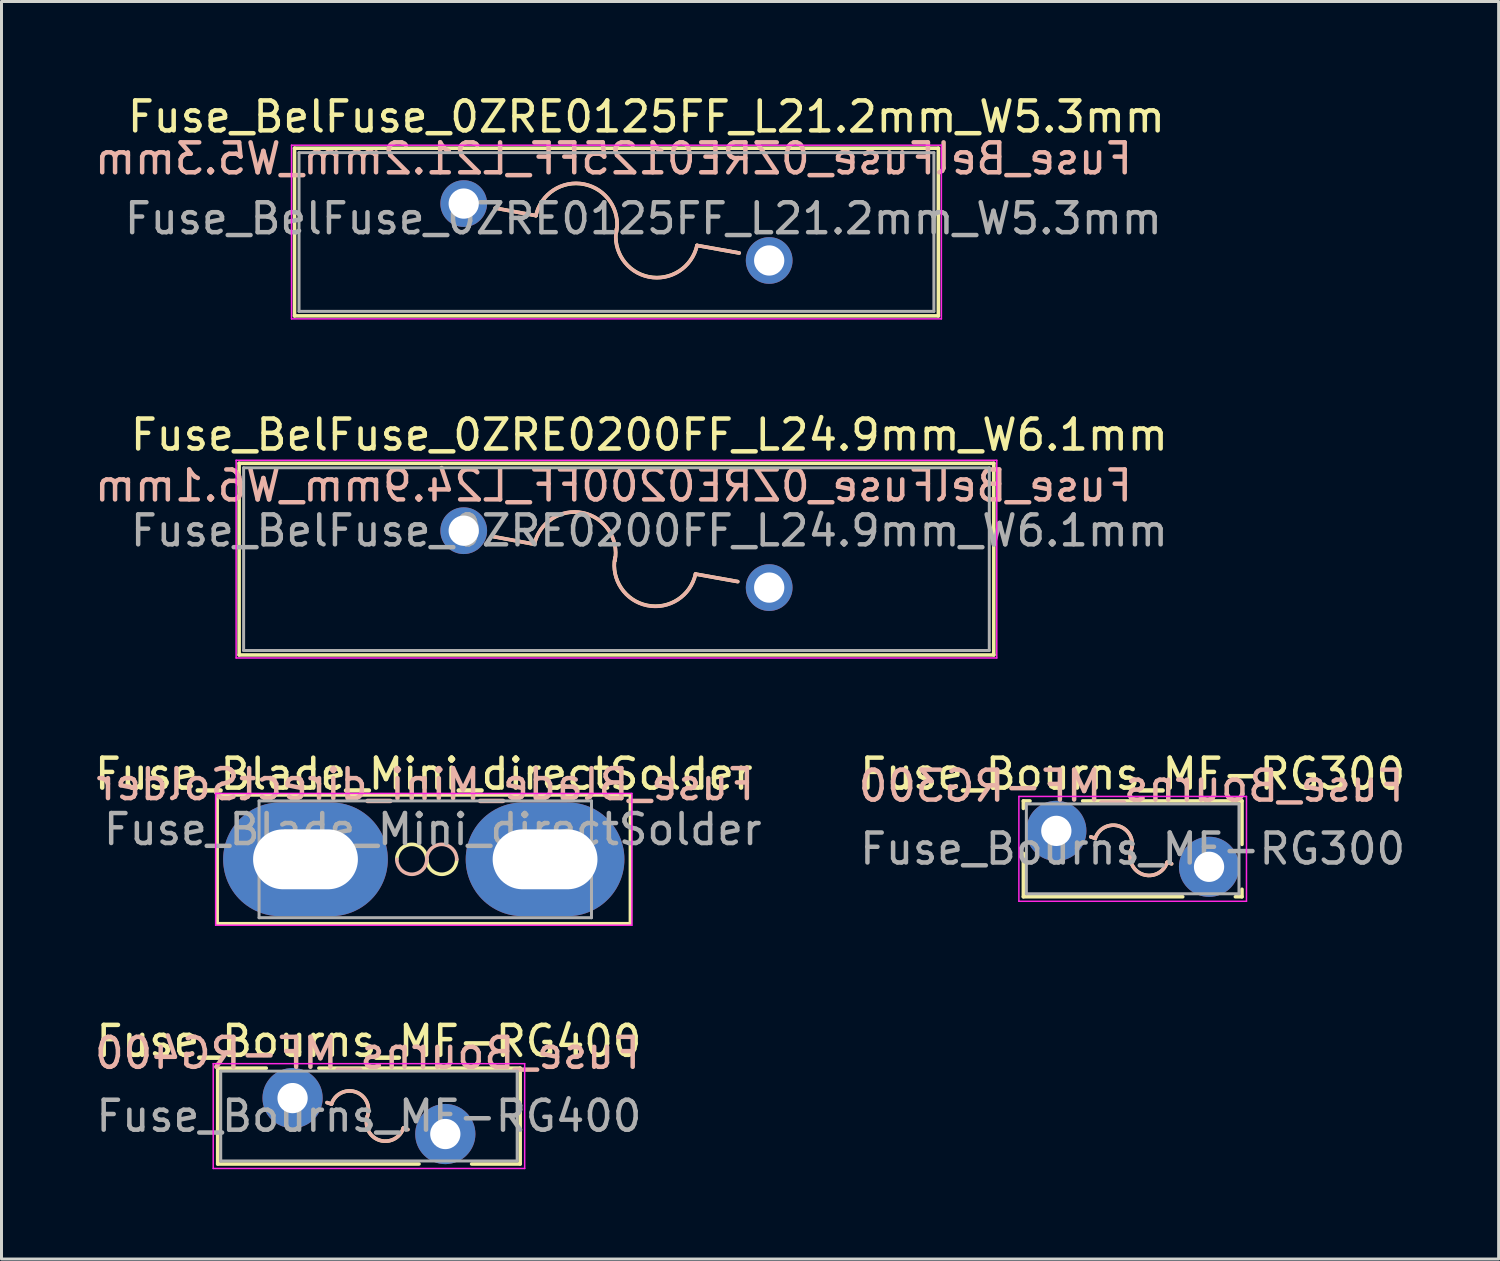
<source format=kicad_pcb>
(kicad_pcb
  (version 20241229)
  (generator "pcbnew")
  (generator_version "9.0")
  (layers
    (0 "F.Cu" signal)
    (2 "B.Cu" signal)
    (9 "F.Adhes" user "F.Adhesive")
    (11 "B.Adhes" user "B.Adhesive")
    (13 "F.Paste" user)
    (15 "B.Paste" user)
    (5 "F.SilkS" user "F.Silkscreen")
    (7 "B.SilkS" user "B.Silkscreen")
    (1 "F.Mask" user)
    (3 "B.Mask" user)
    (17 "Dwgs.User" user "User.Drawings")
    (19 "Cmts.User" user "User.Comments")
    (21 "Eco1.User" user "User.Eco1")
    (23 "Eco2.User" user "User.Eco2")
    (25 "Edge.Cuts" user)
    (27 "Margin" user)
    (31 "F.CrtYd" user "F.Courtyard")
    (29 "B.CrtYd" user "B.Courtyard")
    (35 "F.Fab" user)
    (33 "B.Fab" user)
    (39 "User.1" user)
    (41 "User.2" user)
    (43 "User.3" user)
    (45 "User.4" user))
  (footprint "Fuse_Bourns_MF-RG300"
    (layer "F.Cu")
    (at 32.223 24.695)
    (property "Reference" "Fuse_Bourns_MF-RG300" (at 2.55 -1.9 0) (layer "F.SilkS") (effects (font (size 1 1) (thickness 0.15))))
    (fp_line (start -1.1 -1) (end -1.1 -0.75) (stroke (width 0.12) (type solid)) (layer "F.SilkS"))
    (fp_line (start -1.1 -1) (end -0.879 -1) (stroke (width 0.12) (type solid)) (layer "F.SilkS"))
    (fp_line (start -1.1 0.75) (end -1.1 2.2) (stroke (width 0.12) (type solid)) (layer "F.SilkS"))
    (fp_line (start -1.1 2.2) (end 4.222 2.2) (stroke (width 0.12) (type solid)) (layer "F.SilkS"))
    (fp_line (start 0.879 -1) (end 6.2 -1) (stroke (width 0.12) (type solid)) (layer "F.SilkS"))
    (fp_line (start 1.15 0.2) (end 1.3 0.25) (stroke (width 0.12) (type solid)) (layer "F.SilkS"))
    (fp_line (start 3.7 1.05) (end 3.85 1.1) (stroke (width 0.12) (type solid)) (layer "F.SilkS"))
    (fp_line (start 5.979 2.2) (end 6.2 2.2) (stroke (width 0.12) (type solid)) (layer "F.SilkS"))
    (fp_line (start 6.2 -1) (end 6.2 0.451) (stroke (width 0.12) (type solid)) (layer "F.SilkS"))
    (fp_line (start 6.2 1.95) (end 6.2 2.2) (stroke (width 0.12) (type solid)) (layer "F.SilkS"))
    (fp_arc (start 1.300003 0.250002) (mid 2.100001 -0.149998) (end 2.500001 0.65) (stroke (width 0.12) (type solid)) (layer "F.SilkS"))
    (fp_arc (start 3.699999 1.049998) (mid 2.900001 1.449998) (end 2.500001 0.65) (stroke (width 0.12) (type solid)) (layer "F.SilkS"))
    (fp_line (start 1.15 0.2) (end 1.3 0.25) (stroke (width 0.12) (type solid)) (layer "B.SilkS"))
    (fp_line (start 3.7 1.05) (end 3.85 1.1) (stroke (width 0.12) (type solid)) (layer "B.SilkS"))
    (fp_arc (start 1.300003 0.250002) (mid 2.100001 -0.149998) (end 2.500001 0.65) (stroke (width 0.12) (type solid)) (layer "B.SilkS"))
    (fp_arc (start 3.699999 1.049998) (mid 2.900001 1.449998) (end 2.500001 0.65) (stroke (width 0.12) (type solid)) (layer "B.SilkS"))
    (fp_line (start -1.25 -1.15) (end -1.25 2.35) (stroke (width 0.05) (type solid)) (layer "F.CrtYd"))
    (fp_line (start -1.25 2.35) (end 6.35 2.35) (stroke (width 0.05) (type solid)) (layer "F.CrtYd"))
    (fp_line (start 6.35 -1.15) (end -1.25 -1.15) (stroke (width 0.05) (type solid)) (layer "F.CrtYd"))
    (fp_line (start 6.35 2.35) (end 6.35 -1.15) (stroke (width 0.05) (type solid)) (layer "F.CrtYd"))
    (fp_line (start -1 -0.9) (end -1 2.1) (stroke (width 0.1) (type solid)) (layer "F.Fab"))
    (fp_line (start -1 2.1) (end 6.1 2.1) (stroke (width 0.1) (type solid)) (layer "F.Fab"))
    (fp_line (start 6.1 -0.9) (end -1 -0.9) (stroke (width 0.1) (type solid)) (layer "F.Fab"))
    (fp_line (start 6.1 2.1) (end 6.1 -0.9) (stroke (width 0.1) (type solid)) (layer "F.Fab"))
    (fp_text user "${REFERENCE}" (at 2.5 -1.5 0) (layer "B.SilkS") (effects (font (size 1 1) (thickness 0.15)) (justify mirror)))
    (fp_text user "${REFERENCE}" (at 2.55 0.6 0) (layer "F.Fab") (effects (font (size 1 1) (thickness 0.15))))
    (pad "1" thru_hole circle (at 0 0) (size 2.01 2.01) (drill 1.01) (layers "*.Cu" "*.Mask"))
    (pad "2" thru_hole circle (at 5.1 1.2) (size 2.01 2.01) (drill 1.01) (layers "*.Cu" "*.Mask")))
  (footprint "Fuse_BelFuse_0ZRE0200FF_L24.9mm_W6.1mm"
    (layer "F.Cu")
    (at 12.435 14.671)
    (property "Reference" "Fuse_BelFuse_0ZRE0200FF_L24.9mm_W6.1mm" (at 6.2 -3.2 0) (layer "F.SilkS") (effects (font (size 1 1) (thickness 0.15))))
    (fp_line (start -7.5 -2.25) (end -7.5 4.15) (stroke (width 0.12) (type solid)) (layer "F.SilkS"))
    (fp_line (start -7.5 -2.25) (end 17.7 -2.25) (stroke (width 0.12) (type solid)) (layer "F.SilkS"))
    (fp_line (start -7.5 4.15) (end 17.7 4.15) (stroke (width 0.12) (type solid)) (layer "F.SilkS"))
    (fp_line (start 1 0.2) (end 2.36 0.452) (stroke (width 0.12) (type solid)) (layer "F.SilkS"))
    (fp_line (start 7.74 1.448) (end 9.15 1.7) (stroke (width 0.12) (type solid)) (layer "F.SilkS"))
    (fp_line (start 17.7 -2.25) (end 17.7 4.15) (stroke (width 0.12) (type solid)) (layer "F.SilkS"))
    (fp_arc (start 2.359742 0.452167) (mid 3.97396 -0.59534) (end 5.049999 1) (stroke (width 0.12) (type solid)) (layer "F.SilkS"))
    (fp_arc (start 7.740258 1.447834) (mid 6.12604 2.495341) (end 5.050001 0.900001) (stroke (width 0.12) (type solid)) (layer "F.SilkS"))
    (fp_line (start 1 0.2) (end 2.36 0.452) (stroke (width 0.12) (type solid)) (layer "B.SilkS"))
    (fp_line (start 7.74 1.448) (end 9.15 1.7) (stroke (width 0.12) (type solid)) (layer "B.SilkS"))
    (fp_arc (start 2.359739 0.452167) (mid 3.974046 -0.595772) (end 5.049999 1) (stroke (width 0.12) (type solid)) (layer "B.SilkS"))
    (fp_arc (start 7.740261 1.447834) (mid 6.125954 2.495773) (end 5.050001 0.900001) (stroke (width 0.12) (type solid)) (layer "B.SilkS"))
    (fp_line (start -7.6 -2.35) (end -7.6 4.25) (stroke (width 0.05) (type solid)) (layer "F.CrtYd"))
    (fp_line (start -7.6 -2.35) (end 17.8 -2.35) (stroke (width 0.05) (type solid)) (layer "F.CrtYd"))
    (fp_line (start -7.6 4.25) (end 17.8 4.25) (stroke (width 0.05) (type solid)) (layer "F.CrtYd"))
    (fp_line (start 17.8 -2.35) (end 17.8 4.25) (stroke (width 0.05) (type solid)) (layer "F.CrtYd"))
    (fp_line (start -7.35 -2.1) (end -7.35 4) (stroke (width 0.1) (type solid)) (layer "F.Fab"))
    (fp_line (start -7.35 -2.1) (end 17.55 -2.1) (stroke (width 0.1) (type solid)) (layer "F.Fab"))
    (fp_line (start -7.35 4) (end 17.55 4) (stroke (width 0.1) (type solid)) (layer "F.Fab"))
    (fp_line (start 17.55 -2.1) (end 17.55 4) (stroke (width 0.1) (type solid)) (layer "F.Fab"))
    (fp_text user "${REFERENCE}" (at 5 -1.5 0) (layer "B.SilkS") (effects (font (size 1 1) (thickness 0.15)) (justify mirror)))
    (fp_text user "${REFERENCE}" (at 6.2 0 0) (layer "F.Fab") (effects (font (size 1 1) (thickness 0.15))))
    (pad "1" thru_hole circle (at 0 0) (size 1.56 1.56) (drill 1.01) (layers "*.Cu" "*.Mask"))
    (pad "2" thru_hole circle (at 10.2 1.9) (size 1.56 1.56) (drill 1.01) (layers "*.Cu" "*.Mask")))
  (footprint "Fuse_Bourns_MF-RG400"
    (layer "F.Cu")
    (at 6.72 33.618)
    (property "Reference" "Fuse_Bourns_MF-RG400" (at 2.55 -1.9 0) (layer "F.SilkS") (effects (font (size 1 1) (thickness 0.15))))
    (fp_line (start -2.501 -1) (end -2.501 2.2) (stroke (width 0.12) (type solid)) (layer "F.SilkS"))
    (fp_line (start -2.501 -1) (end -0.879 -1) (stroke (width 0.12) (type solid)) (layer "F.SilkS"))
    (fp_line (start -2.501 2.2) (end 4.222 2.2) (stroke (width 0.12) (type solid)) (layer "F.SilkS"))
    (fp_line (start 0.879 -1) (end 7.6 -1) (stroke (width 0.12) (type solid)) (layer "F.SilkS"))
    (fp_line (start 1.15 0.15) (end 1.3 0.2) (stroke (width 0.12) (type solid)) (layer "F.SilkS"))
    (fp_line (start 3.7 1) (end 3.85 1.05) (stroke (width 0.12) (type solid)) (layer "F.SilkS"))
    (fp_line (start 5.979 2.2) (end 7.6 2.2) (stroke (width 0.12) (type solid)) (layer "F.SilkS"))
    (fp_line (start 7.6 -1) (end 7.6 2.2) (stroke (width 0.12) (type solid)) (layer "F.SilkS"))
    (fp_arc (start 1.300003 0.200002) (mid 2.100001 -0.199998) (end 2.500001 0.6) (stroke (width 0.12) (type solid)) (layer "F.SilkS"))
    (fp_arc (start 3.699999 0.999998) (mid 2.900001 1.399998) (end 2.500001 0.6) (stroke (width 0.12) (type solid)) (layer "F.SilkS"))
    (fp_line (start 1.15 0.15) (end 1.3 0.2) (stroke (width 0.12) (type solid)) (layer "B.SilkS"))
    (fp_line (start 3.7 1) (end 3.85 1.05) (stroke (width 0.12) (type solid)) (layer "B.SilkS"))
    (fp_arc (start 1.300003 0.200002) (mid 2.100001 -0.199998) (end 2.500001 0.6) (stroke (width 0.12) (type solid)) (layer "B.SilkS"))
    (fp_arc (start 3.699999 0.999998) (mid 2.900001 1.399998) (end 2.500001 0.6) (stroke (width 0.12) (type solid)) (layer "B.SilkS"))
    (fp_line (start -2.65 -1.15) (end -2.65 2.35) (stroke (width 0.05) (type solid)) (layer "F.CrtYd"))
    (fp_line (start -2.65 2.35) (end 7.75 2.35) (stroke (width 0.05) (type solid)) (layer "F.CrtYd"))
    (fp_line (start 7.75 -1.15) (end -2.65 -1.15) (stroke (width 0.05) (type solid)) (layer "F.CrtYd"))
    (fp_line (start 7.75 2.35) (end 7.75 -1.15) (stroke (width 0.05) (type solid)) (layer "F.CrtYd"))
    (fp_line (start -2.4 -0.9) (end -2.4 2.1) (stroke (width 0.1) (type solid)) (layer "F.Fab"))
    (fp_line (start -2.4 2.1) (end 7.5 2.1) (stroke (width 0.1) (type solid)) (layer "F.Fab"))
    (fp_line (start 7.5 -0.9) (end -2.4 -0.9) (stroke (width 0.1) (type solid)) (layer "F.Fab"))
    (fp_line (start 7.5 2.1) (end 7.5 -0.9) (stroke (width 0.1) (type solid)) (layer "F.Fab"))
    (fp_text user "${REFERENCE}" (at 2.5 -1.5 0) (layer "B.SilkS") (effects (font (size 1 1) (thickness 0.15)) (justify mirror)))
    (fp_text user "${REFERENCE}" (at 2.55 0.6 0) (layer "F.Fab") (effects (font (size 1 1) (thickness 0.15))))
    (pad "1" thru_hole circle (at 0 0) (size 2.01 2.01) (drill 1.01) (layers "*.Cu" "*.Mask"))
    (pad "2" thru_hole circle (at 5.1 1.2) (size 2.01 2.01) (drill 1.01) (layers "*.Cu" "*.Mask")))
  (footprint "Fuse_Blade_Mini_directSolder"
    (layer "F.Cu")
    (at 7.151 25.645)
    (property "Reference" "Fuse_Blade_Mini_directSolder" (at 3.95 -2.85 0) (layer "F.SilkS") (effects (font (size 1 1) (thickness 0.15))))
    (fp_rect (start -2.95 -2.15) (end 10.85 2.15) (stroke (width 0.12) (type solid)) (fill no) (layer "F.SilkS"))
    (fp_arc (start 3.05 0) (mid 3.55 -0.5) (end 4.05 0) (stroke (width 0.12) (type solid)) (layer "F.SilkS"))
    (fp_arc (start 5.05 0) (mid 4.55 0.5) (end 4.05 0) (stroke (width 0.12) (type solid)) (layer "F.SilkS"))
    (fp_arc (start 4.05 0) (mid 3.55 0.5) (end 3.05 0) (stroke (width 0.12) (type solid)) (layer "B.SilkS"))
    (fp_arc (start 4.05 0) (mid 4.55 -0.5) (end 5.05 0) (stroke (width 0.12) (type solid)) (layer "B.SilkS"))
    (fp_line (start -3 -2.2) (end -3 2.2) (stroke (width 0.05) (type solid)) (layer "F.CrtYd"))
    (fp_line (start -3 -2.2) (end 10.9 -2.2) (stroke (width 0.05) (type solid)) (layer "F.CrtYd"))
    (fp_line (start 10.9 2.2) (end -3 2.2) (stroke (width 0.05) (type solid)) (layer "F.CrtYd"))
    (fp_line (start 10.9 2.2) (end 10.9 -2.2) (stroke (width 0.05) (type solid)) (layer "F.CrtYd"))
    (fp_line (start -1.55 -1.95) (end 9.55 -1.95) (stroke (width 0.1) (type solid)) (layer "F.Fab"))
    (fp_line (start -1.55 1.95) (end -1.55 -1.95) (stroke (width 0.1) (type solid)) (layer "F.Fab"))
    (fp_line (start 9.55 -1.95) (end 9.55 1.95) (stroke (width 0.1) (type solid)) (layer "F.Fab"))
    (fp_line (start 9.55 1.95) (end -1.55 1.95) (stroke (width 0.1) (type solid)) (layer "F.Fab"))
    (fp_text user "${REFERENCE}" (at 4 -2.5 0) (layer "B.SilkS") (effects (font (size 1 1) (thickness 0.15)) (justify mirror)))
    (fp_text user "${REFERENCE}" (at 4.25 -1 0) (layer "F.Fab") (effects (font (size 1 1) (thickness 0.15))))
    (pad "1" thru_hole oval (at 0 0) (size 5.5 3.8) (drill oval 3.5 2) (layers "*.Cu" "*.Mask"))
    (pad "2" thru_hole oval (at 8 0) (size 5.3 3.8) (drill oval 3.5 2) (layers "*.Cu" "*.Mask")))
  (footprint "Fuse_BelFuse_0ZRE0125FF_L21.2mm_W5.3mm"
    (layer "F.Cu")
    (at 12.435 3.748)
    (property "Reference" "Fuse_BelFuse_0ZRE0125FF_L21.2mm_W5.3mm" (at 6.1 -2.9 0) (layer "F.SilkS") (effects (font (size 1 1) (thickness 0.15))))
    (fp_line (start -5.65 -1.85) (end -5.65 3.75) (stroke (width 0.12) (type solid)) (layer "F.SilkS"))
    (fp_line (start -5.65 -1.85) (end 15.85 -1.85) (stroke (width 0.12) (type solid)) (layer "F.SilkS"))
    (fp_line (start -5.65 3.75) (end 15.85 3.75) (stroke (width 0.12) (type solid)) (layer "F.SilkS"))
    (fp_line (start 1.05 0.15) (end 2.41 0.402) (stroke (width 0.12) (type solid)) (layer "F.SilkS"))
    (fp_line (start 7.79 1.398) (end 9.2 1.65) (stroke (width 0.12) (type solid)) (layer "F.SilkS"))
    (fp_line (start 15.85 -1.85) (end 15.85 3.75) (stroke (width 0.12) (type solid)) (layer "F.SilkS"))
    (fp_arc (start 2.409742 0.402167) (mid 4.02396 -0.64534) (end 5.099999 0.95) (stroke (width 0.12) (type solid)) (layer "F.SilkS"))
    (fp_arc (start 7.790258 1.397834) (mid 6.17604 2.445341) (end 5.100001 0.850001) (stroke (width 0.12) (type solid)) (layer "F.SilkS"))
    (fp_line (start 1.05 0.15) (end 2.41 0.402) (stroke (width 0.12) (type solid)) (layer "B.SilkS"))
    (fp_line (start 7.79 1.398) (end 9.2 1.65) (stroke (width 0.12) (type solid)) (layer "B.SilkS"))
    (fp_arc (start 2.409739 0.402167) (mid 4.024046 -0.645772) (end 5.099999 0.95) (stroke (width 0.12) (type solid)) (layer "B.SilkS"))
    (fp_arc (start 7.790261 1.397834) (mid 6.175954 2.445773) (end 5.100001 0.850001) (stroke (width 0.12) (type solid)) (layer "B.SilkS"))
    (fp_line (start -5.75 -1.95) (end -5.75 3.85) (stroke (width 0.05) (type solid)) (layer "F.CrtYd"))
    (fp_line (start -5.75 -1.95) (end 15.95 -1.95) (stroke (width 0.05) (type solid)) (layer "F.CrtYd"))
    (fp_line (start -5.75 3.85) (end 15.95 3.85) (stroke (width 0.05) (type solid)) (layer "F.CrtYd"))
    (fp_line (start 15.95 -1.95) (end 15.95 3.85) (stroke (width 0.05) (type solid)) (layer "F.CrtYd"))
    (fp_line (start -5.5 -1.7) (end -5.5 3.6) (stroke (width 0.1) (type solid)) (layer "F.Fab"))
    (fp_line (start -5.5 -1.7) (end 15.7 -1.7) (stroke (width 0.1) (type solid)) (layer "F.Fab"))
    (fp_line (start -5.5 3.6) (end 15.7 3.6) (stroke (width 0.1) (type solid)) (layer "F.Fab"))
    (fp_line (start 15.7 -1.7) (end 15.7 3.6) (stroke (width 0.1) (type solid)) (layer "F.Fab"))
    (fp_text user "${REFERENCE}" (at 5 -1.5 0) (layer "B.SilkS") (effects (font (size 1 1) (thickness 0.15)) (justify mirror)))
    (fp_text user "${REFERENCE}" (at 6 0.5 0) (layer "F.Fab") (effects (font (size 1 1) (thickness 0.15))))
    (pad "1" thru_hole circle (at 0 0) (size 1.56 1.56) (drill 1.01) (layers "*.Cu" "*.Mask"))
    (pad "2" thru_hole circle (at 10.2 1.9) (size 1.56 1.56) (drill 1.01) (layers "*.Cu" "*.Mask")))
  (gr_rect
    (start -3 -3)
    (end 46.993 38.993)
    (stroke (width 0.1) (type default))
    (fill no)
    (layer "Edge.Cuts")))
</source>
